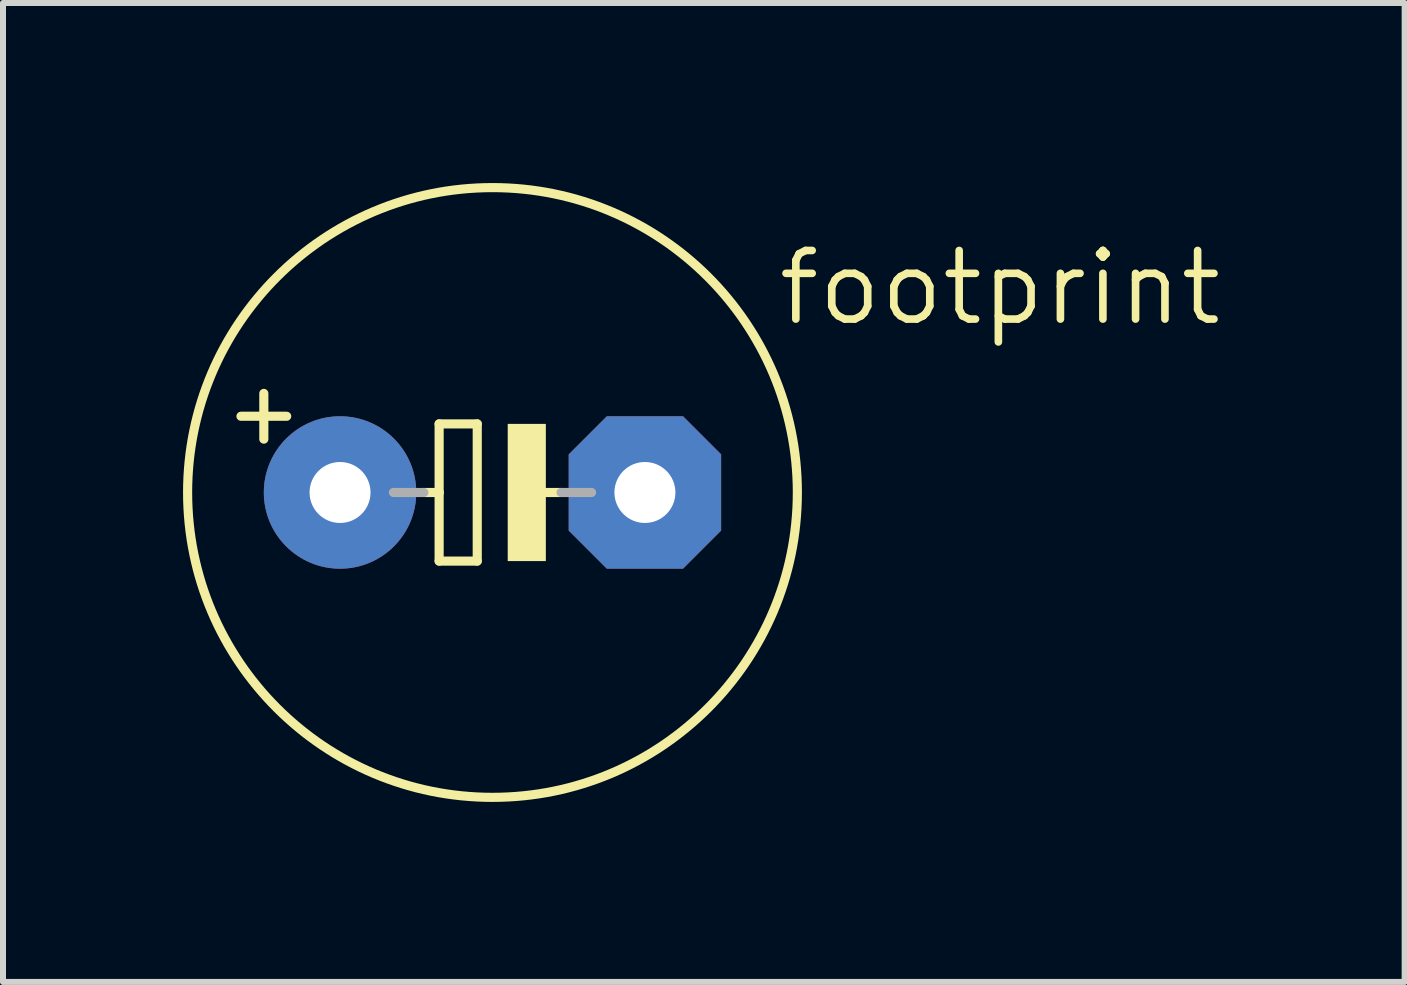
<source format=kicad_pcb>
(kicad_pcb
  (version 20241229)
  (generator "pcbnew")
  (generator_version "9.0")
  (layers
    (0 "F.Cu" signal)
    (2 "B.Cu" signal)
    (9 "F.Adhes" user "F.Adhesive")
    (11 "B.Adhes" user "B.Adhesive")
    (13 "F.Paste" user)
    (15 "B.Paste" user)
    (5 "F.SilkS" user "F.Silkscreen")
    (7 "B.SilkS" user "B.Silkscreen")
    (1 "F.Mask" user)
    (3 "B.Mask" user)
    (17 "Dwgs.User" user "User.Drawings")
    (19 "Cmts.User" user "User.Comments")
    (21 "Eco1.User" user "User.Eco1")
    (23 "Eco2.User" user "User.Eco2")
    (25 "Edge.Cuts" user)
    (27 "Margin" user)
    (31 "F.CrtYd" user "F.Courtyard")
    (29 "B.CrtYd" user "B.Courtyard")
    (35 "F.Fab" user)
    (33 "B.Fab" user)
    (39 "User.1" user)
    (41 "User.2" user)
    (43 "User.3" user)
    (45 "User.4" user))
  (footprint "footprint"
    (layer "F.Cu")
    (at 5.156 5.156)
    (property "Reference" "footprint" (at 4.699 -2.743 0) (layer "F.SilkS") (effects (font (size 1.143 1.143) (thickness 0.127)) (justify left bottom)))
    (fp_line (start -3.81 -1.651) (end -3.81 -0.889) (stroke (width 0.152) (type solid)) (layer "F.SilkS"))
    (fp_line (start -3.429 -1.27) (end -4.191 -1.27) (stroke (width 0.152) (type solid)) (layer "F.SilkS"))
    (fp_line (start -1.143 0) (end -0.889 0) (stroke (width 0.152) (type solid)) (layer "F.SilkS"))
    (fp_line (start -0.889 -1.143) (end -0.889 0) (stroke (width 0.152) (type solid)) (layer "F.SilkS"))
    (fp_line (start -0.889 0) (end -0.889 1.143) (stroke (width 0.152) (type solid)) (layer "F.SilkS"))
    (fp_line (start -0.889 1.143) (end -0.254 1.143) (stroke (width 0.152) (type solid)) (layer "F.SilkS"))
    (fp_line (start -0.254 -1.143) (end -0.889 -1.143) (stroke (width 0.152) (type solid)) (layer "F.SilkS"))
    (fp_line (start -0.254 1.143) (end -0.254 -1.143) (stroke (width 0.152) (type solid)) (layer "F.SilkS"))
    (fp_line (start 0.635 0) (end 1.143 0) (stroke (width 0.152) (type solid)) (layer "F.SilkS"))
    (fp_circle (center 0 0) (end 5.08 0) (stroke (width 0.152) (type solid)) (fill no) (layer "F.SilkS"))
    (fp_poly (pts (xy 0.254 1.143) (xy 0.889 1.143) (xy 0.889 -1.143) (xy 0.254 -1.143)) (stroke (width 0) (type solid)) (fill yes) (layer "F.SilkS"))
    (fp_line (start -1.651 0) (end -1.143 0) (stroke (width 0.152) (type solid)) (layer "F.Fab"))
    (fp_line (start 1.143 0) (end 1.651 0) (stroke (width 0.152) (type solid)) (layer "F.Fab"))
    (pad "+" thru_hole circle (at -2.54 0) (size 2.54 2.54) (drill 1.016) (layers "*.Cu" "*.Mask"))
    (pad "-" thru_hole roundrect (at 2.54 0) (size 2.54 2.54) (drill 1.016) (layers "*.Cu" "*.Mask") (roundrect_rratio 0.25) (chamfer_ratio 0.25) (chamfer top_left top_right bottom_left bottom_right)))
  (gr_rect
    (start -3 -3)
    (end 20.355 13.312)
    (stroke (width 0.1) (type default))
    (fill no)
    (layer "Edge.Cuts")))
</source>
